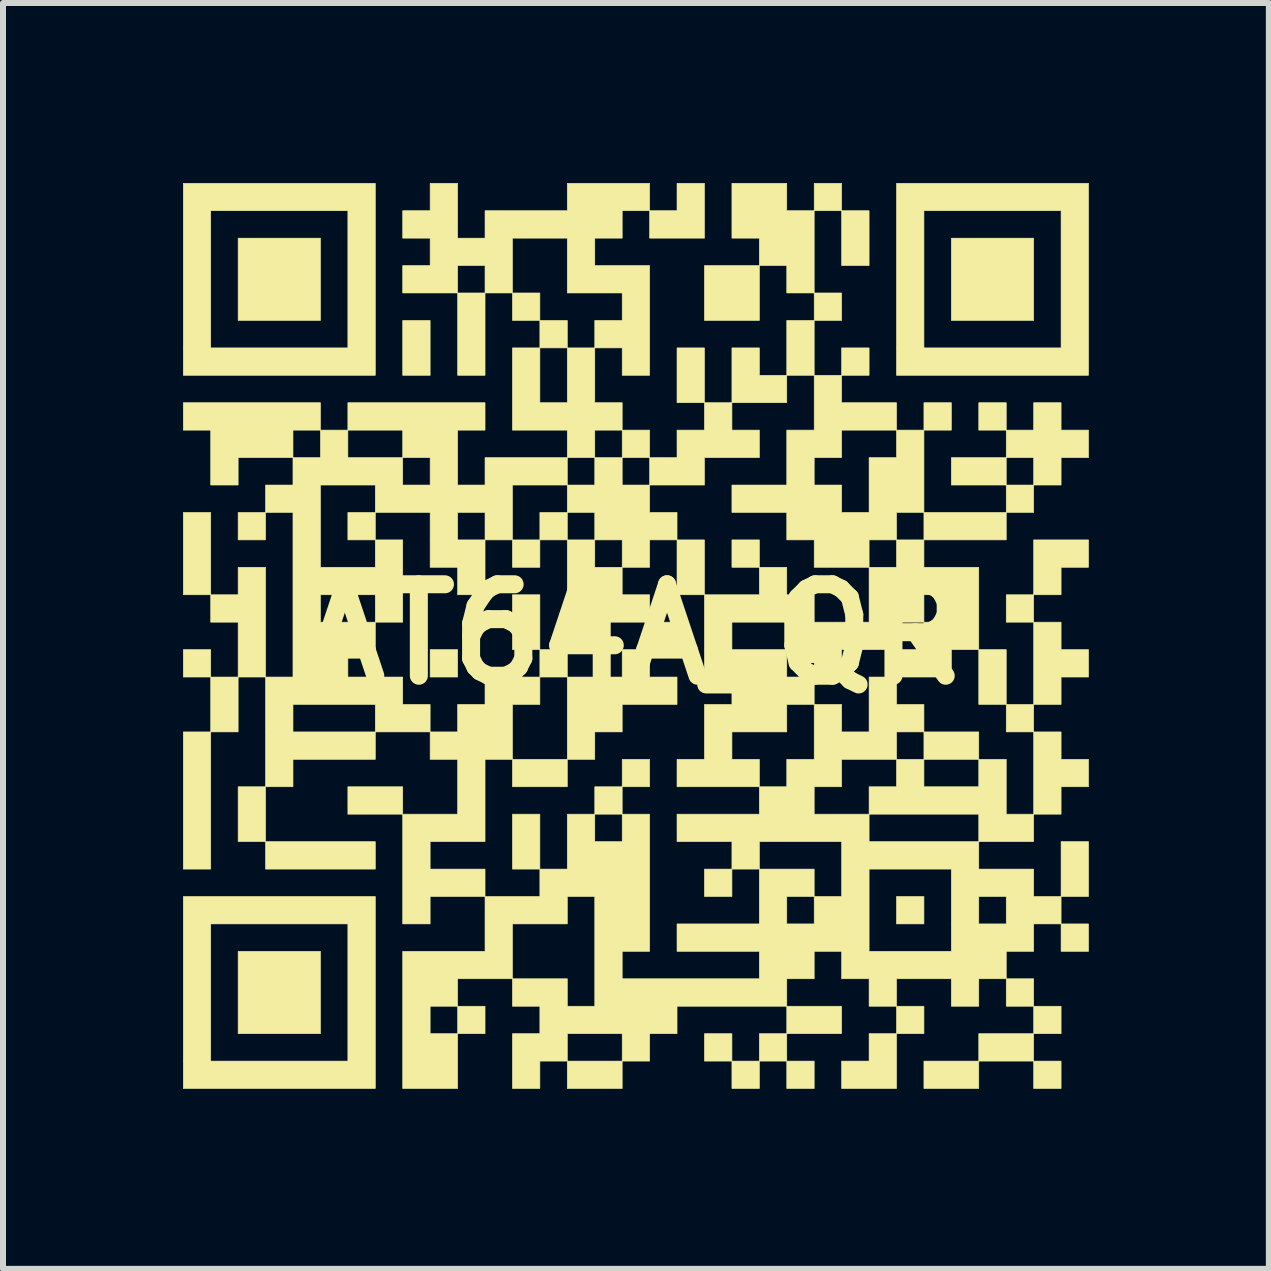
<source format=kicad_pcb>
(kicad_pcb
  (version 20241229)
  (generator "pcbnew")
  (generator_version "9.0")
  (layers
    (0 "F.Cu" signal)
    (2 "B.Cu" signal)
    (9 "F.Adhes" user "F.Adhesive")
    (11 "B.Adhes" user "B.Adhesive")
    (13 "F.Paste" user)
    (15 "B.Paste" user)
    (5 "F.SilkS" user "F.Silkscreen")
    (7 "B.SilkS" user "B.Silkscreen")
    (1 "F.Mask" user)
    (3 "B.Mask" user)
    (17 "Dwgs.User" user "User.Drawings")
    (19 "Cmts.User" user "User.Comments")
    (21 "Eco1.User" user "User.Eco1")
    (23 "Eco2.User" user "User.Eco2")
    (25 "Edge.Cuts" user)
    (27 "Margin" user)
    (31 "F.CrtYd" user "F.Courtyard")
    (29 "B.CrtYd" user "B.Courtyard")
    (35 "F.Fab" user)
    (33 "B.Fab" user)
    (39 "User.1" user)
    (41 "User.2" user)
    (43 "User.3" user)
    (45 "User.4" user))
  (footprint "AT64A_QR"
    (layer "F.Cu")
    (at 7.523 7.523)
    (property "Reference" "AT64A_QR" (at 0 0 0) (layer "F.SilkS") (effects (font (size 1.524 1.524) (thickness 0.3))))
    (attr through_hole)
    (fp_poly (pts (xy -7.518 -0.66) (xy -7.518 -2.032) (xy -7.061 -2.032) (xy -7.061 -0.66) (xy -7.518 -0.66)) (stroke (width 0.01) (type solid)) (fill yes) (layer "F.SilkS"))
    (fp_poly (pts (xy -7.518 0.711) (xy -7.518 0.254) (xy -7.061 0.254) (xy -7.061 0.711) (xy -7.518 0.711)) (stroke (width 0.01) (type solid)) (fill yes) (layer "F.SilkS"))
    (fp_poly (pts (xy -7.061 0.711) (xy -6.604 0.711) (xy -6.604 1.626) (xy -7.061 1.626) (xy -7.061 0.711)) (stroke (width 0.01) (type solid)) (fill yes) (layer "F.SilkS"))
    (fp_poly (pts (xy -7.061 3.912) (xy -7.518 3.912) (xy -7.518 1.626) (xy -7.061 1.626) (xy -7.061 3.912)) (stroke (width 0.01) (type solid)) (fill yes) (layer "F.SilkS"))
    (fp_poly (pts (xy -6.604 3.454) (xy -6.604 2.54) (xy -6.147 2.54) (xy -6.147 3.454) (xy -6.604 3.454)) (stroke (width 0.01) (type solid)) (fill yes) (layer "F.SilkS"))
    (fp_poly (pts (xy -6.147 -1.575) (xy -6.604 -1.575) (xy -6.604 -2.032) (xy -6.147 -2.032) (xy -6.147 -1.575)) (stroke (width 0.01) (type solid)) (fill yes) (layer "F.SilkS"))
    (fp_poly (pts (xy -5.232 -5.232) (xy -6.604 -5.232) (xy -6.604 -6.604) (xy -5.232 -6.604) (xy -5.232 -5.232)) (stroke (width 0.01) (type solid)) (fill yes) (layer "F.SilkS"))
    (fp_poly (pts (xy -5.232 6.655) (xy -6.604 6.655) (xy -6.604 5.283) (xy -5.232 5.283) (xy -5.232 6.655)) (stroke (width 0.01) (type solid)) (fill yes) (layer "F.SilkS"))
    (fp_poly (pts (xy -4.775 2.997) (xy -4.775 2.54) (xy -3.861 2.54) (xy -3.861 2.997) (xy -4.775 2.997)) (stroke (width 0.01) (type solid)) (fill yes) (layer "F.SilkS"))
    (fp_poly (pts (xy -4.318 -1.575) (xy -4.775 -1.575) (xy -4.775 -2.032) (xy -4.318 -2.032) (xy -4.318 -1.575)) (stroke (width 0.01) (type solid)) (fill yes) (layer "F.SilkS"))
    (fp_poly (pts (xy -4.318 3.454) (xy -4.318 3.912) (xy -6.147 3.912) (xy -6.147 3.454) (xy -4.318 3.454)) (stroke (width 0.01) (type solid)) (fill yes) (layer "F.SilkS"))
    (fp_poly (pts (xy -3.404 -4.318) (xy -3.861 -4.318) (xy -3.861 -5.232) (xy -3.404 -5.232) (xy -3.404 -4.318)) (stroke (width 0.01) (type solid)) (fill yes) (layer "F.SilkS"))
    (fp_poly (pts (xy -2.946 0.711) (xy -3.404 0.711) (xy -3.404 0.254) (xy -2.946 0.254) (xy -2.946 0.711)) (stroke (width 0.01) (type solid)) (fill yes) (layer "F.SilkS"))
    (fp_poly (pts (xy -2.946 6.198) (xy -2.489 6.198) (xy -2.489 6.655) (xy -2.946 6.655) (xy -2.946 6.198)) (stroke (width 0.01) (type solid)) (fill yes) (layer "F.SilkS"))
    (fp_poly (pts (xy -2.032 0.254) (xy -2.032 -0.66) (xy -1.575 -0.66) (xy -1.575 0.254) (xy -2.032 0.254)) (stroke (width 0.01) (type solid)) (fill yes) (layer "F.SilkS"))
    (fp_poly (pts (xy -1.575 -2.032) (xy -1.118 -2.032) (xy -1.118 -1.575) (xy -1.575 -1.575) (xy -1.575 -2.032)) (stroke (width 0.01) (type solid)) (fill yes) (layer "F.SilkS"))
    (fp_poly (pts (xy -1.575 -1.118) (xy -2.032 -1.118) (xy -2.032 -1.575) (xy -1.575 -1.575) (xy -1.575 -1.118)) (stroke (width 0.01) (type solid)) (fill yes) (layer "F.SilkS"))
    (fp_poly (pts (xy -1.575 0.711) (xy -1.575 0.254) (xy -1.118 0.254) (xy -1.118 0.711) (xy -1.575 0.711)) (stroke (width 0.01) (type solid)) (fill yes) (layer "F.SilkS"))
    (fp_poly (pts (xy -1.575 3.912) (xy -2.032 3.912) (xy -2.032 2.997) (xy -1.575 2.997) (xy -1.575 3.912)) (stroke (width 0.01) (type solid)) (fill yes) (layer "F.SilkS"))
    (fp_poly (pts (xy -1.118 2.54) (xy -2.032 2.54) (xy -2.032 2.083) (xy -1.118 2.083) (xy -1.118 2.54)) (stroke (width 0.01) (type solid)) (fill yes) (layer "F.SilkS"))
    (fp_poly (pts (xy -0.203 -2.946) (xy -0.203 -3.404) (xy 0.254 -3.404) (xy 0.254 -2.946) (xy -0.203 -2.946)) (stroke (width 0.01) (type solid)) (fill yes) (layer "F.SilkS"))
    (fp_poly (pts (xy -0.203 2.083) (xy 0.254 2.083) (xy 0.254 2.54) (xy -0.203 2.54) (xy -0.203 2.083)) (stroke (width 0.01) (type solid)) (fill yes) (layer "F.SilkS"))
    (fp_poly (pts (xy -0.203 2.997) (xy -0.66 2.997) (xy -0.66 2.54) (xy -0.203 2.54) (xy -0.203 2.997)) (stroke (width 0.01) (type solid)) (fill yes) (layer "F.SilkS"))
    (fp_poly (pts (xy 0.254 -0.203) (xy 0.711 -0.203) (xy 0.711 0.254) (xy 0.254 0.254) (xy 0.254 -0.203)) (stroke (width 0.01) (type solid)) (fill yes) (layer "F.SilkS"))
    (fp_poly (pts (xy 0.711 -3.861) (xy 0.711 -4.775) (xy 1.168 -4.775) (xy 1.168 -3.861) (xy 0.711 -3.861)) (stroke (width 0.01) (type solid)) (fill yes) (layer "F.SilkS"))
    (fp_poly (pts (xy 1.168 -0.66) (xy 0.711 -0.66) (xy 0.711 -1.575) (xy 1.168 -1.575) (xy 1.168 -0.66)) (stroke (width 0.01) (type solid)) (fill yes) (layer "F.SilkS"))
    (fp_poly (pts (xy 1.168 7.112) (xy 1.168 6.655) (xy 1.626 6.655) (xy 1.626 7.112) (xy 1.168 7.112)) (stroke (width 0.01) (type solid)) (fill yes) (layer "F.SilkS"))
    (fp_poly (pts (xy 1.626 4.369) (xy 1.168 4.369) (xy 1.168 3.912) (xy 1.626 3.912) (xy 1.626 4.369)) (stroke (width 0.01) (type solid)) (fill yes) (layer "F.SilkS"))
    (fp_poly (pts (xy 2.083 -5.232) (xy 1.168 -5.232) (xy 1.168 -6.147) (xy 2.083 -6.147) (xy 2.083 -5.232)) (stroke (width 0.01) (type solid)) (fill yes) (layer "F.SilkS"))
    (fp_poly (pts (xy 2.083 -1.118) (xy 1.626 -1.118) (xy 1.626 -1.575) (xy 2.083 -1.575) (xy 2.083 -1.118)) (stroke (width 0.01) (type solid)) (fill yes) (layer "F.SilkS"))
    (fp_poly (pts (xy 2.083 6.655) (xy 2.54 6.655) (xy 2.54 7.112) (xy 2.083 7.112) (xy 2.083 6.655)) (stroke (width 0.01) (type solid)) (fill yes) (layer "F.SilkS"))
    (fp_poly (pts (xy 2.083 7.112) (xy 2.083 7.569) (xy 1.626 7.569) (xy 1.626 7.112) (xy 2.083 7.112)) (stroke (width 0.01) (type solid)) (fill yes) (layer "F.SilkS"))
    (fp_poly (pts (xy 2.54 -4.318) (xy 2.54 -5.232) (xy 2.997 -5.232) (xy 2.997 -4.318) (xy 2.54 -4.318)) (stroke (width 0.01) (type solid)) (fill yes) (layer "F.SilkS"))
    (fp_poly (pts (xy 2.54 6.198) (xy 3.454 6.198) (xy 3.454 6.655) (xy 2.54 6.655) (xy 2.54 6.198)) (stroke (width 0.01) (type solid)) (fill yes) (layer "F.SilkS"))
    (fp_poly (pts (xy 2.997 -7.518) (xy 3.454 -7.518) (xy 3.454 -7.061) (xy 2.997 -7.061) (xy 2.997 -7.518)) (stroke (width 0.01) (type solid)) (fill yes) (layer "F.SilkS"))
    (fp_poly (pts (xy 2.997 -5.69) (xy 3.454 -5.69) (xy 3.454 -5.232) (xy 2.997 -5.232) (xy 2.997 -5.69)) (stroke (width 0.01) (type solid)) (fill yes) (layer "F.SilkS"))
    (fp_poly (pts (xy 2.997 7.569) (xy 2.54 7.569) (xy 2.54 7.112) (xy 2.997 7.112) (xy 2.997 7.569)) (stroke (width 0.01) (type solid)) (fill yes) (layer "F.SilkS"))
    (fp_poly (pts (xy 3.454 -4.775) (xy 3.912 -4.775) (xy 3.912 -4.318) (xy 3.454 -4.318) (xy 3.454 -4.775)) (stroke (width 0.01) (type solid)) (fill yes) (layer "F.SilkS"))
    (fp_poly (pts (xy 3.912 -6.147) (xy 3.454 -6.147) (xy 3.454 -7.061) (xy 3.912 -7.061) (xy 3.912 -6.147)) (stroke (width 0.01) (type solid)) (fill yes) (layer "F.SilkS"))
    (fp_poly (pts (xy 4.369 6.198) (xy 4.826 6.198) (xy 4.826 6.655) (xy 4.369 6.655) (xy 4.369 6.198)) (stroke (width 0.01) (type solid)) (fill yes) (layer "F.SilkS"))
    (fp_poly (pts (xy 4.826 -3.861) (xy 5.283 -3.861) (xy 5.283 -3.404) (xy 4.826 -3.404) (xy 4.826 -3.861)) (stroke (width 0.01) (type solid)) (fill yes) (layer "F.SilkS"))
    (fp_poly (pts (xy 4.826 4.826) (xy 4.369 4.826) (xy 4.369 4.369) (xy 4.826 4.369) (xy 4.826 4.826)) (stroke (width 0.01) (type solid)) (fill yes) (layer "F.SilkS"))
    (fp_poly (pts (xy 5.74 -3.404) (xy 5.74 -3.861) (xy 6.198 -3.861) (xy 6.198 -3.404) (xy 5.74 -3.404)) (stroke (width 0.01) (type solid)) (fill yes) (layer "F.SilkS"))
    (fp_poly (pts (xy 5.74 1.168) (xy 5.74 0.254) (xy 6.198 0.254) (xy 6.198 1.168) (xy 5.74 1.168)) (stroke (width 0.01) (type solid)) (fill yes) (layer "F.SilkS"))
    (fp_poly (pts (xy 5.74 2.083) (xy 4.826 2.083) (xy 4.826 1.626) (xy 5.74 1.626) (xy 5.74 2.083)) (stroke (width 0.01) (type solid)) (fill yes) (layer "F.SilkS"))
    (fp_poly (pts (xy 5.74 6.655) (xy 6.655 6.655) (xy 6.655 7.112) (xy 5.74 7.112) (xy 5.74 6.655)) (stroke (width 0.01) (type solid)) (fill yes) (layer "F.SilkS"))
    (fp_poly (pts (xy 5.74 7.569) (xy 4.826 7.569) (xy 4.826 7.112) (xy 5.74 7.112) (xy 5.74 7.569)) (stroke (width 0.01) (type solid)) (fill yes) (layer "F.SilkS"))
    (fp_poly (pts (xy 6.198 6.198) (xy 6.198 5.74) (xy 6.655 5.74) (xy 6.655 6.198) (xy 6.198 6.198)) (stroke (width 0.01) (type solid)) (fill yes) (layer "F.SilkS"))
    (fp_poly (pts (xy 6.655 -5.232) (xy 5.283 -5.232) (xy 5.283 -6.604) (xy 6.655 -6.604) (xy 6.655 -5.232)) (stroke (width 0.01) (type solid)) (fill yes) (layer "F.SilkS"))
    (fp_poly (pts (xy 6.655 -0.203) (xy 6.198 -0.203) (xy 6.198 -0.66) (xy 6.655 -0.66) (xy 6.655 -0.203)) (stroke (width 0.01) (type solid)) (fill yes) (layer "F.SilkS"))
    (fp_poly (pts (xy 6.655 1.168) (xy 6.655 1.626) (xy 6.198 1.626) (xy 6.198 1.168) (xy 6.655 1.168)) (stroke (width 0.01) (type solid)) (fill yes) (layer "F.SilkS"))
    (fp_poly (pts (xy 6.655 6.198) (xy 7.112 6.198) (xy 7.112 6.655) (xy 6.655 6.655) (xy 6.655 6.198)) (stroke (width 0.01) (type solid)) (fill yes) (layer "F.SilkS"))
    (fp_poly (pts (xy 7.112 3.454) (xy 7.569 3.454) (xy 7.569 4.369) (xy 7.112 4.369) (xy 7.112 3.454)) (stroke (width 0.01) (type solid)) (fill yes) (layer "F.SilkS"))
    (fp_poly (pts (xy 7.112 7.569) (xy 6.655 7.569) (xy 6.655 7.112) (xy 7.112 7.112) (xy 7.112 7.569)) (stroke (width 0.01) (type solid)) (fill yes) (layer "F.SilkS"))
    (fp_poly (pts (xy 7.569 5.283) (xy 7.112 5.283) (xy 7.112 4.826) (xy 7.569 4.826) (xy 7.569 5.283)) (stroke (width 0.01) (type solid)) (fill yes) (layer "F.SilkS"))
    (fp_poly (pts (xy 0.711 -7.061) (xy 0.711 -7.518) (xy 1.168 -7.518) (xy 1.168 -6.604) (xy 0.254 -6.604) (xy 0.254 -7.061) (xy 0.711 -7.061)) (stroke (width 0.01) (type solid)) (fill yes) (layer "F.SilkS"))
    (fp_poly (pts (xy 1.626 -4.775) (xy 2.083 -4.775) (xy 2.083 -4.318) (xy 2.54 -4.318) (xy 2.54 -3.861) (xy 1.626 -3.861) (xy 1.626 -4.775)) (stroke (width 0.01) (type solid)) (fill yes) (layer "F.SilkS"))
    (fp_poly (pts (xy 4.369 7.569) (xy 3.454 7.569) (xy 3.454 7.112) (xy 3.912 7.112) (xy 3.912 6.655) (xy 4.369 6.655) (xy 4.369 7.569)) (stroke (width 0.01) (type solid)) (fill yes) (layer "F.SilkS"))
    (fp_poly (pts (xy 6.655 -1.575) (xy 7.569 -1.575) (xy 7.569 -1.118) (xy 7.112 -1.118) (xy 7.112 -0.66) (xy 6.655 -0.66) (xy 6.655 -1.575)) (stroke (width 0.01) (type solid)) (fill yes) (layer "F.SilkS"))
    (fp_poly (pts (xy -6.604 -0.203) (xy -7.061 -0.203) (xy -7.061 -0.66) (xy -6.604 -0.66) (xy -6.604 -1.118) (xy -6.147 -1.118) (xy -6.147 0.711) (xy -6.604 0.711) (xy -6.604 -0.203)) (stroke (width 0.01) (type solid)) (fill yes) (layer "F.SilkS"))
    (fp_poly (pts (xy 7.112 -0.203) (xy 7.112 0.254) (xy 7.569 0.254) (xy 7.569 0.711) (xy 7.112 0.711) (xy 7.112 1.168) (xy 6.655 1.168) (xy 6.655 -0.203) (xy 7.112 -0.203)) (stroke (width 0.01) (type solid)) (fill yes) (layer "F.SilkS"))
    (fp_poly (pts (xy 7.112 1.626) (xy 7.112 2.083) (xy 7.569 2.083) (xy 7.569 2.54) (xy 7.112 2.54) (xy 7.112 2.997) (xy 6.655 2.997) (xy 6.655 1.626) (xy 7.112 1.626)) (stroke (width 0.01) (type solid)) (fill yes) (layer "F.SilkS"))
    (fp_poly (pts (xy 2.997 -5.69) (xy 2.54 -5.69) (xy 2.54 -6.147) (xy 2.083 -6.147) (xy 2.083 -6.604) (xy 1.626 -6.604) (xy 1.626 -7.518) (xy 2.54 -7.518) (xy 2.54 -7.061) (xy 2.997 -7.061) (xy 2.997 -5.69)) (stroke (width 0.01) (type solid)) (fill yes) (layer "F.SilkS"))
    (fp_poly (pts (xy -4.318 -4.318) (xy -7.518 -4.318) (xy -7.518 -7.061) (xy -7.061 -7.061) (xy -7.061 -4.775) (xy -4.775 -4.775) (xy -4.775 -7.061) (xy -7.061 -7.061) (xy -7.518 -7.061) (xy -7.518 -7.518) (xy -4.318 -7.518) (xy -4.318 -4.318)) (stroke (width 0.01) (type solid)) (fill yes) (layer "F.SilkS"))
    (fp_poly (pts (xy -4.318 7.569) (xy -7.518 7.569) (xy -7.518 4.826) (xy -7.061 4.826) (xy -7.061 7.112) (xy -4.775 7.112) (xy -4.775 4.826) (xy -7.061 4.826) (xy -7.518 4.826) (xy -7.518 4.369) (xy -4.318 4.369) (xy -4.318 7.569)) (stroke (width 0.01) (type solid)) (fill yes) (layer "F.SilkS"))
    (fp_poly (pts (xy 7.569 -4.318) (xy 4.369 -4.318) (xy 4.369 -7.061) (xy 4.826 -7.061) (xy 4.826 -4.775) (xy 7.112 -4.775) (xy 7.112 -7.061) (xy 4.826 -7.061) (xy 4.369 -7.061) (xy 4.369 -7.518) (xy 7.569 -7.518) (xy 7.569 -4.318)) (stroke (width 0.01) (type solid)) (fill yes) (layer "F.SilkS"))
    (fp_poly (pts (xy 0.254 0.711) (xy 0.711 0.711) (xy 0.711 1.168) (xy -0.203 1.168) (xy -0.203 1.626) (xy -0.66 1.626) (xy -0.66 2.083) (xy -1.118 2.083) (xy -1.118 0.711) (xy -0.203 0.711) (xy -0.203 0.254) (xy 0.254 0.254) (xy 0.254 0.711)) (stroke (width 0.01) (type solid)) (fill yes) (layer "F.SilkS"))
    (fp_poly (pts (xy 0.711 -2.946) (xy 0.711 -3.404) (xy 1.168 -3.404) (xy 1.168 -3.861) (xy 1.626 -3.861) (xy 1.626 -3.404) (xy 2.083 -3.404) (xy 2.083 -2.946) (xy 1.168 -2.946) (xy 1.168 -2.489) (xy 0.254 -2.489) (xy 0.254 -2.946) (xy 0.711 -2.946)) (stroke (width 0.01) (type solid)) (fill yes) (layer "F.SilkS"))
    (fp_poly (pts (xy 6.655 3.454) (xy 5.74 3.454) (xy 5.74 2.997) (xy 3.912 2.997) (xy 3.912 2.54) (xy 4.369 2.54) (xy 4.369 2.083) (xy 4.826 2.083) (xy 4.826 2.54) (xy 5.74 2.54) (xy 5.74 2.083) (xy 6.198 2.083) (xy 6.198 2.997) (xy 6.655 2.997) (xy 6.655 3.454)) (stroke (width 0.01) (type solid)) (fill yes) (layer "F.SilkS"))
    (fp_poly (pts (xy 6.655 -3.404) (xy 6.655 -3.861) (xy 7.112 -3.861) (xy 7.112 -3.404) (xy 7.569 -3.404) (xy 7.569 -2.946) (xy 7.112 -2.946) (xy 7.112 -2.489) (xy 6.655 -2.489) (xy 6.655 -2.032) (xy 6.198 -2.032) (xy 6.198 -2.489) (xy 5.283 -2.489) (xy 5.283 -2.946) (xy 6.198 -2.946) (xy 6.198 -2.489) (xy 6.655 -2.489) (xy 6.655 -2.946) (xy 6.198 -2.946) (xy 6.198 -3.404) (xy 6.655 -3.404)) (stroke (width 0.01) (type solid)) (fill yes) (layer "F.SilkS"))
    (fp_poly (pts (xy -3.404 4.369) (xy -3.404 4.826) (xy -3.861 4.826) (xy -3.861 2.997) (xy -2.946 2.997) (xy -2.946 2.083) (xy -3.404 2.083) (xy -3.404 1.626) (xy -2.946 1.626) (xy -2.946 1.168) (xy -2.489 1.168) (xy -2.489 0.711) (xy -1.575 0.711) (xy -1.575 1.168) (xy -2.032 1.168) (xy -2.032 2.083) (xy -2.489 2.083) (xy -2.489 3.454) (xy -3.404 3.454) (xy -3.404 3.912) (xy -2.489 3.912) (xy -2.489 4.369) (xy -3.404 4.369)) (stroke (width 0.01) (type solid)) (fill yes) (layer "F.SilkS"))
    (fp_poly (pts (xy -1.118 -1.575) (xy -0.66 -1.575) (xy -0.66 -1.118) (xy -0.203 -1.118) (xy -0.203 -1.575) (xy -0.66 -1.575) (xy -0.66 -2.032) (xy -1.118 -2.032) (xy -1.118 -2.489) (xy -0.66 -2.489) (xy -0.66 -2.946) (xy -0.203 -2.946) (xy -0.203 -2.489) (xy 0.254 -2.489) (xy 0.254 -2.032) (xy 0.711 -2.032) (xy 0.711 -1.575) (xy 0.254 -1.575) (xy 0.254 -1.118) (xy -0.203 -1.118) (xy -0.203 -0.66) (xy 0.254 -0.66) (xy 0.254 -0.203) (xy -0.66 -0.203) (xy -0.66 0.254) (xy -1.118 0.254) (xy -1.118 -1.575)) (stroke (width 0.01) (type solid)) (fill yes) (layer "F.SilkS"))
    (fp_poly (pts (xy -0.203 -7.061) (xy -0.203 -6.604) (xy -0.66 -6.604) (xy -0.66 -6.147) (xy 0.254 -6.147) (xy 0.254 -4.318) (xy -0.203 -4.318) (xy -0.203 -4.775) (xy -0.66 -4.775) (xy -0.66 -3.861) (xy -0.203 -3.861) (xy -0.203 -3.404) (xy -0.66 -3.404) (xy -0.66 -2.946) (xy -1.118 -2.946) (xy -1.118 -3.404) (xy -2.032 -3.404) (xy -2.032 -4.775) (xy -1.575 -4.775) (xy -1.575 -3.861) (xy -1.118 -3.861) (xy -1.118 -4.775) (xy -1.575 -4.775) (xy -1.575 -5.232) (xy -2.032 -5.232) (xy -2.032 -5.69) (xy -2.489 -5.69) (xy -2.489 -4.318) (xy -2.946 -4.318) (xy -2.946 -5.69) (xy -3.861 -5.69) (xy -3.861 -6.147) (xy -3.404 -6.147) (xy -2.946 -6.147) (xy -2.946 -5.69) (xy -2.489 -5.69) (xy -2.489 -6.147) (xy -2.946 -6.147) (xy -3.404 -6.147) (xy -3.404 -6.604) (xy -3.861 -6.604) (xy -3.861 -7.061) (xy -3.404 -7.061) (xy -3.404 -7.518) (xy -2.946 -7.518) (xy -2.946 -6.604) (xy -2.489 -6.604) (xy -2.032 -6.604) (xy -2.032 -5.69) (xy -1.575 -5.69) (xy -1.575 -5.232) (xy -1.118 -5.232) (xy -1.118 -4.775) (xy -0.66 -4.775) (xy -0.66 -5.232) (xy -0.203 -5.232) (xy -0.203 -5.69) (xy -1.118 -5.69) (xy -1.118 -6.604) (xy -2.032 -6.604) (xy -2.489 -6.604) (xy -2.489 -7.061) (xy -1.118 -7.061) (xy -1.118 -7.518) (xy 0.254 -7.518) (xy 0.254 -7.061) (xy -0.203 -7.061)) (stroke (width 0.01) (type solid)) (fill yes) (layer "F.SilkS"))
    (fp_poly (pts (xy -2.489 -0.66) (xy -2.946 -0.66) (xy -2.946 -1.118) (xy -3.404 -1.118) (xy -3.404 -2.032) (xy -2.946 -2.032) (xy -2.946 -1.575) (xy -2.489 -1.575) (xy -2.489 -2.032) (xy -2.946 -2.032) (xy -3.404 -2.032) (xy -4.318 -2.032) (xy -4.318 -2.489) (xy -3.861 -2.489) (xy -3.404 -2.489) (xy -3.404 -2.946) (xy -3.861 -2.946) (xy -3.861 -2.489) (xy -4.318 -2.489) (xy -5.232 -2.489) (xy -5.232 -1.118) (xy -4.318 -1.118) (xy -4.318 -1.575) (xy -3.861 -1.575) (xy -3.861 -0.203) (xy -4.318 -0.203) (xy -4.318 0.254) (xy -4.775 0.254) (xy -4.775 0.711) (xy -3.861 0.711) (xy -3.861 1.168) (xy -3.404 1.168) (xy -3.404 1.626) (xy -4.318 1.626) (xy -4.318 2.083) (xy -5.69 2.083) (xy -5.69 2.54) (xy -6.147 2.54) (xy -6.147 1.168) (xy -5.69 1.168) (xy -5.69 1.626) (xy -4.318 1.626) (xy -4.318 1.168) (xy -5.69 1.168) (xy -6.147 1.168) (xy -6.147 0.711) (xy -5.69 0.711) (xy -5.69 -0.66) (xy -5.232 -0.66) (xy -5.232 -0.203) (xy -4.318 -0.203) (xy -4.318 -0.66) (xy -5.232 -0.66) (xy -5.69 -0.66) (xy -5.69 -2.032) (xy -6.147 -2.032) (xy -6.147 -2.489) (xy -5.69 -2.489) (xy -5.69 -2.946) (xy -6.604 -2.946) (xy -6.604 -2.489) (xy -7.061 -2.489) (xy -7.061 -3.404) (xy -5.69 -3.404) (xy -5.69 -2.946) (xy -5.232 -2.946) (xy -5.232 -3.404) (xy -5.69 -3.404) (xy -7.061 -3.404) (xy -7.518 -3.404) (xy -7.518 -3.861) (xy -5.232 -3.861) (xy -5.232 -3.404) (xy -4.775 -3.404) (xy -4.775 -2.946) (xy -3.861 -2.946) (xy -3.861 -3.404) (xy -4.775 -3.404) (xy -4.775 -3.861) (xy -2.489 -3.861) (xy -2.489 -3.404) (xy -2.946 -3.404) (xy -2.946 -2.489) (xy -2.489 -2.489) (xy -2.489 -2.946) (xy -1.118 -2.946) (xy -1.118 -2.489) (xy -2.032 -2.489) (xy -2.032 -1.575) (xy -2.489 -1.575) (xy -2.489 -0.66)) (stroke (width 0.01) (type solid)) (fill yes) (layer "F.SilkS"))
    (fp_poly (pts (xy 3.454 -3.861) (xy 4.369 -3.861) (xy 4.369 -3.404) (xy 4.826 -3.404) (xy 4.826 -2.032) (xy 6.198 -2.032) (xy 6.198 -1.575) (xy 4.826 -1.575) (xy 4.826 -1.118) (xy 5.74 -1.118) (xy 5.74 0.254) (xy 5.283 0.254) (xy 5.283 0.711) (xy 4.369 0.711) (xy 4.369 0.254) (xy 3.454 0.254) (xy 3.454 0.711) (xy 2.997 0.711) (xy 2.997 1.168) (xy 2.54 1.168) (xy 2.54 1.626) (xy 1.626 1.626) (xy 1.626 2.083) (xy 2.083 2.083) (xy 2.083 2.54) (xy 0.711 2.54) (xy 0.711 2.083) (xy 1.168 2.083) (xy 1.168 1.168) (xy 1.626 1.168) (xy 1.626 0.711) (xy 2.54 0.711) (xy 2.997 0.711) (xy 2.997 0.254) (xy 2.54 0.254) (xy 2.54 0.711) (xy 1.626 0.711) (xy 1.168 0.711) (xy 1.168 -0.203) (xy 1.626 -0.203) (xy 1.626 0.254) (xy 2.54 0.254) (xy 2.54 -0.203) (xy 1.626 -0.203) (xy 1.168 -0.203) (xy 1.168 -0.66) (xy 2.083 -0.66) (xy 2.083 -1.118) (xy 2.54 -1.118) (xy 2.54 -0.66) (xy 2.997 -0.66) (xy 2.997 -0.203) (xy 3.912 -0.203) (xy 4.369 -0.203) (xy 4.369 0.254) (xy 4.826 0.254) (xy 4.826 -0.203) (xy 4.369 -0.203) (xy 3.912 -0.203) (xy 3.912 -0.66) (xy 4.826 -0.66) (xy 4.826 -0.203) (xy 5.283 -0.203) (xy 5.283 -0.66) (xy 4.826 -0.66) (xy 3.912 -0.66) (xy 3.912 -1.118) (xy 2.997 -1.118) (xy 2.997 -1.575) (xy 3.912 -1.575) (xy 3.912 -1.118) (xy 4.369 -1.118) (xy 4.369 -1.575) (xy 3.912 -1.575) (xy 2.997 -1.575) (xy 2.54 -1.575) (xy 2.54 -2.032) (xy 1.626 -2.032) (xy 1.626 -2.489) (xy 2.54 -2.489) (xy 2.54 -2.946) (xy 2.997 -2.946) (xy 2.997 -2.489) (xy 3.454 -2.489) (xy 3.454 -2.032) (xy 3.912 -2.032) (xy 4.369 -2.032) (xy 4.369 -1.575) (xy 4.826 -1.575) (xy 4.826 -2.032) (xy 4.369 -2.032) (xy 3.912 -2.032) (xy 3.912 -2.946) (xy 4.369 -2.946) (xy 4.369 -3.404) (xy 3.454 -3.404) (xy 3.454 -2.946) (xy 2.997 -2.946) (xy 2.54 -2.946) (xy 2.54 -3.404) (xy 2.997 -3.404) (xy 2.997 -4.318) (xy 3.454 -4.318) (xy 3.454 -3.861)) (stroke (width 0.01) (type solid)) (fill yes) (layer "F.SilkS"))
    (fp_poly (pts (xy 1.626 3.912) (xy 1.626 3.454) (xy 2.083 3.454) (xy 2.083 3.912) (xy 2.997 3.912) (xy 2.997 4.369) (xy 3.454 4.369) (xy 3.454 3.912) (xy 3.912 3.912) (xy 3.912 5.283) (xy 5.283 5.283) (xy 5.283 4.369) (xy 5.74 4.369) (xy 5.74 4.826) (xy 6.198 4.826) (xy 6.198 4.369) (xy 5.74 4.369) (xy 5.283 4.369) (xy 5.283 3.912) (xy 3.912 3.912) (xy 3.454 3.912) (xy 3.454 3.454) (xy 2.083 3.454) (xy 1.626 3.454) (xy 0.711 3.454) (xy 0.711 2.997) (xy 2.083 2.997) (xy 2.083 2.54) (xy 2.54 2.54) (xy 2.54 2.083) (xy 2.997 2.083) (xy 2.997 1.168) (xy 3.454 1.168) (xy 3.454 1.626) (xy 3.912 1.626) (xy 3.912 0.711) (xy 4.369 0.711) (xy 4.369 1.168) (xy 4.826 1.168) (xy 4.826 1.626) (xy 4.369 1.626) (xy 4.369 2.083) (xy 3.454 2.083) (xy 3.454 2.54) (xy 2.997 2.54) (xy 2.997 2.997) (xy 3.912 2.997) (xy 3.912 3.454) (xy 5.74 3.454) (xy 5.74 3.912) (xy 6.655 3.912) (xy 6.655 4.369) (xy 7.112 4.369) (xy 7.112 4.826) (xy 6.655 4.826) (xy 6.655 5.283) (xy 6.198 5.283) (xy 6.198 5.74) (xy 5.74 5.74) (xy 5.74 6.198) (xy 5.283 6.198) (xy 5.283 5.74) (xy 4.369 5.74) (xy 4.369 6.198) (xy 3.912 6.198) (xy 3.912 5.74) (xy 3.454 5.74) (xy 3.454 5.283) (xy 2.997 5.283) (xy 2.997 5.74) (xy 2.54 5.74) (xy 2.54 6.198) (xy 0.711 6.198) (xy 0.711 6.655) (xy 0.254 6.655) (xy 0.254 7.112) (xy -0.203 7.112) (xy -0.203 7.569) (xy -1.118 7.569) (xy -1.118 7.112) (xy -1.575 7.112) (xy -1.575 7.569) (xy -2.032 7.569) (xy -2.032 6.655) (xy -1.575 6.655) (xy -1.118 6.655) (xy -1.118 7.112) (xy -0.203 7.112) (xy -0.203 6.655) (xy -1.118 6.655) (xy -1.575 6.655) (xy -1.575 6.198) (xy -2.032 6.198) (xy -2.032 5.74) (xy -2.946 5.74) (xy -2.946 6.198) (xy -3.404 6.198) (xy -3.404 6.655) (xy -2.946 6.655) (xy -2.946 7.569) (xy -3.861 7.569) (xy -3.861 5.283) (xy -2.489 5.283) (xy -2.489 4.826) (xy -2.032 4.826) (xy -2.032 5.74) (xy -1.118 5.74) (xy -1.118 6.198) (xy -0.66 6.198) (xy -0.66 4.369) (xy -1.118 4.369) (xy -1.118 4.826) (xy -2.032 4.826) (xy -2.489 4.826) (xy -2.489 4.369) (xy -1.575 4.369) (xy -1.575 3.912) (xy -1.118 3.912) (xy -1.118 2.997) (xy -0.66 2.997) (xy -0.66 3.454) (xy -0.203 3.454) (xy -0.203 2.997) (xy 0.254 2.997) (xy 0.254 5.283) (xy -0.203 5.283) (xy -0.203 5.74) (xy 2.083 5.74) (xy 2.083 5.283) (xy 0.711 5.283) (xy 0.711 4.826) (xy 2.083 4.826) (xy 2.083 4.369) (xy 2.54 4.369) (xy 2.54 4.826) (xy 2.997 4.826) (xy 2.997 4.369) (xy 2.54 4.369) (xy 2.083 4.369) (xy 2.083 3.912) (xy 1.626 3.912)) (stroke (width 0.01) (type solid)) (fill yes) (layer "F.SilkS")))
  (gr_rect
    (start -3 -3)
    (end 18.098 18.098)
    (stroke (width 0.1) (type default))
    (fill no)
    (layer "Edge.Cuts")))
</source>
